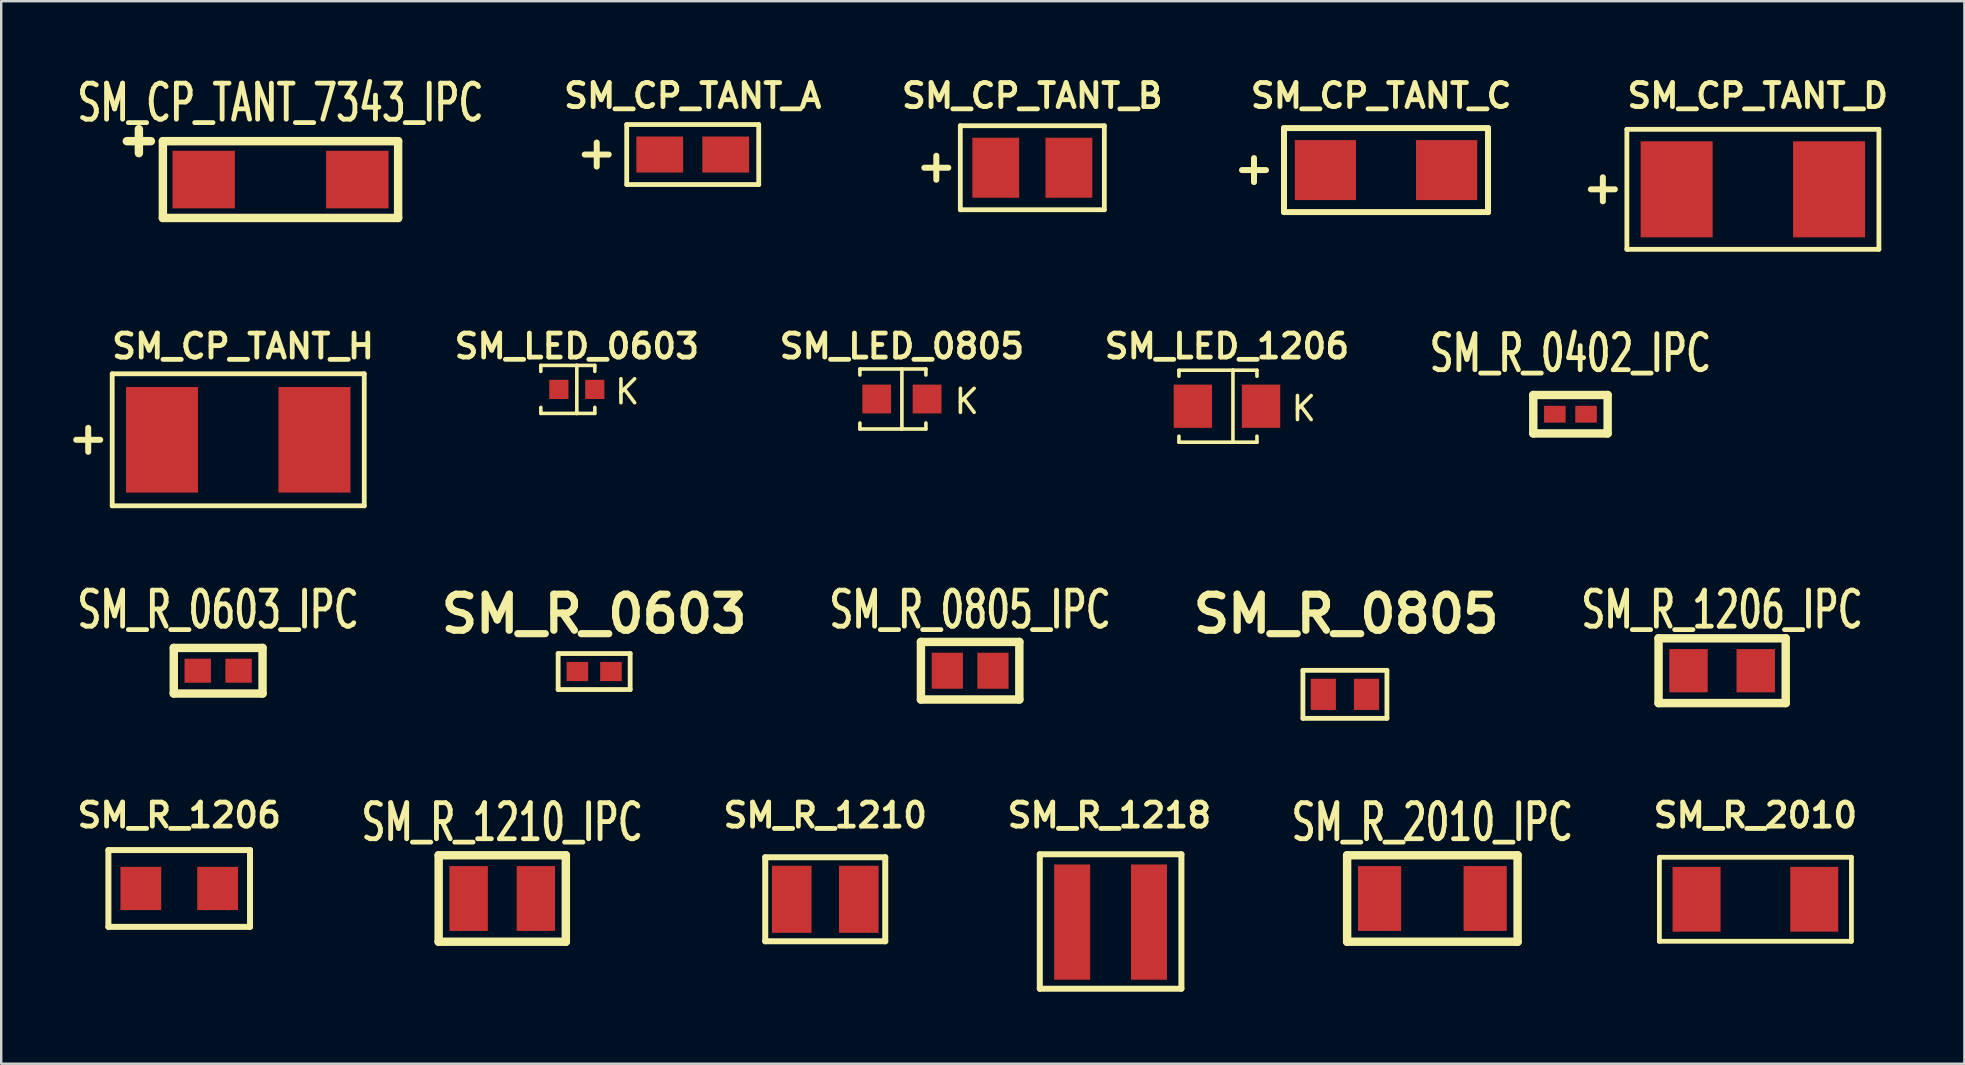
<source format=kicad_pcb>
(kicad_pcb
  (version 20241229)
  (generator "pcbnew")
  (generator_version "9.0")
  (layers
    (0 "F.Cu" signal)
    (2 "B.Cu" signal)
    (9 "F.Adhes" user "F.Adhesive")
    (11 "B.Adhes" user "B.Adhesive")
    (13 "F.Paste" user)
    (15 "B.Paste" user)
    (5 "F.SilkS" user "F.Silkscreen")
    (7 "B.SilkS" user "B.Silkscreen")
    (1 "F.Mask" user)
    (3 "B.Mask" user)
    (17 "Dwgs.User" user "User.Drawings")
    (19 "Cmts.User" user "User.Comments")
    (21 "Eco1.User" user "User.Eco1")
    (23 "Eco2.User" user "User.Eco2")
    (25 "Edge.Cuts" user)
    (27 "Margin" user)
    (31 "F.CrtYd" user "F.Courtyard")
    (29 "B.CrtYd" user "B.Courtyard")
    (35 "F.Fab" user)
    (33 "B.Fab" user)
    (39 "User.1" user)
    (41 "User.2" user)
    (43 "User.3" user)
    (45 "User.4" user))
  (footprint "SM_R_0603_IPC"
    (layer "F.Cu")
    (at 6.039 24.893)
    (property "Reference" "SM_R_0603_IPC" (at 0 -2.54 0) (layer "F.SilkS") (effects (font (size 1.501 1.001) (thickness 0.201))))
    (attr through_hole)
    (fp_line (start -1.849 -0.95) (end 1.849 -0.95) (stroke (width 0.351) (type solid)) (layer "F.SilkS"))
    (fp_line (start -1.849 0.95) (end -1.849 -0.95) (stroke (width 0.351) (type solid)) (layer "F.SilkS"))
    (fp_line (start 1.849 -0.95) (end 1.849 0.95) (stroke (width 0.351) (type solid)) (layer "F.SilkS"))
    (fp_line (start 1.849 0.95) (end -1.849 0.95) (stroke (width 0.351) (type solid)) (layer "F.SilkS"))
    (pad "1" smd rect (at -0.851 0) (size 1.1 1.001) (layers "F.Cu" "F.Mask" "F.Paste"))
    (pad "2" smd rect (at 0.851 0) (size 1.1 1.001) (layers "F.Cu" "F.Mask" "F.Paste")))
  (footprint "SM_R_0603"
    (layer "F.Cu")
    (at 21.703 24.927)
    (property "Reference" "SM_R_0603" (at 0 -2.4 0) (layer "F.SilkS") (effects (font (size 1.501 1.501) (thickness 0.3))))
    (attr through_hole)
    (fp_line (start -1.5 -0.75) (end 1.5 -0.75) (stroke (width 0.2) (type solid)) (layer "F.SilkS"))
    (fp_line (start -1.5 0.75) (end -1.5 -0.75) (stroke (width 0.2) (type solid)) (layer "F.SilkS"))
    (fp_line (start 1.5 -0.75) (end 1.5 0.75) (stroke (width 0.2) (type solid)) (layer "F.SilkS"))
    (fp_line (start 1.5 0.75) (end -1.5 0.75) (stroke (width 0.2) (type solid)) (layer "F.SilkS"))
    (pad "1" smd rect (at -0.7 0) (size 0.899 0.8) (layers "F.Cu" "F.Mask" "F.Paste"))
    (pad "2" smd rect (at 0.7 0) (size 0.899 0.8) (layers "F.Cu" "F.Mask" "F.Paste")))
  (footprint "SM_CP_TANT_B"
    (layer "F.Cu")
    (at 39.958 3.938)
    (property "Reference" "SM_CP_TANT_B" (at 0 -3 0) (layer "F.SilkS") (effects (font (size 1.001 1.001) (thickness 0.201))))
    (attr through_hole)
    (fp_line (start -4 -0.5) (end -4 0.5) (stroke (width 0.25) (type solid)) (layer "F.SilkS"))
    (fp_line (start -3.5 0) (end -4.5 0) (stroke (width 0.25) (type solid)) (layer "F.SilkS"))
    (fp_line (start -3 -1.75) (end 3 -1.75) (stroke (width 0.2) (type solid)) (layer "F.SilkS"))
    (fp_line (start -3 1.75) (end -3 -1.75) (stroke (width 0.2) (type solid)) (layer "F.SilkS"))
    (fp_line (start 3 -1.75) (end 3 1.75) (stroke (width 0.2) (type solid)) (layer "F.SilkS"))
    (fp_line (start 3 1.75) (end -3 1.75) (stroke (width 0.2) (type solid)) (layer "F.SilkS"))
    (pad "1" smd rect (at -1.524 0) (size 1.951 2.499) (layers "F.Cu" "F.Mask" "F.Paste"))
    (pad "2" smd rect (at 1.524 0) (size 1.951 2.499) (layers "F.Cu" "F.Mask" "F.Paste")))
  (footprint "SM_R_0402_IPC"
    (layer "F.Cu")
    (at 62.377 14.207)
    (property "Reference" "SM_R_0402_IPC" (at 0 -2.54 0) (layer "F.SilkS") (effects (font (size 1.501 1.001) (thickness 0.201))))
    (attr through_hole)
    (fp_line (start -1.549 -0.8) (end 1.549 -0.8) (stroke (width 0.351) (type solid)) (layer "F.SilkS"))
    (fp_line (start -1.549 0.8) (end -1.549 -0.8) (stroke (width 0.351) (type solid)) (layer "F.SilkS"))
    (fp_line (start 1.549 -0.8) (end 1.549 0.8) (stroke (width 0.351) (type solid)) (layer "F.SilkS"))
    (fp_line (start 1.549 0.8) (end -1.549 0.8) (stroke (width 0.351) (type solid)) (layer "F.SilkS"))
    (pad "1" smd rect (at -0.65 0) (size 0.899 0.701) (layers "F.Cu" "F.Mask" "F.Paste"))
    (pad "2" smd rect (at 0.65 0) (size 0.899 0.701) (layers "F.Cu" "F.Mask" "F.Paste")))
  (footprint "SM_LED_1206"
    (layer "F.Cu")
    (at 48.066 13.873)
    (property "Reference" "SM_LED_1206" (at 0 -2.5 0) (layer "F.SilkS") (effects (font (size 1 1) (thickness 0.2))))
    (attr smd)
    (fp_line (start -2 -1.5) (end -2 -1.25) (stroke (width 0.15) (type solid)) (layer "F.SilkS"))
    (fp_line (start -2 1.5) (end -2 1.25) (stroke (width 0.15) (type solid)) (layer "F.SilkS"))
    (fp_line (start 0.25 -1.5) (end -2 -1.5) (stroke (width 0.15) (type solid)) (layer "F.SilkS"))
    (fp_line (start 0.25 -1.5) (end 0.25 1.5) (stroke (width 0.15) (type solid)) (layer "F.SilkS"))
    (fp_line (start 0.25 -1.5) (end 1.25 -1.5) (stroke (width 0.15) (type solid)) (layer "F.SilkS"))
    (fp_line (start 0.25 1.5) (end -2 1.5) (stroke (width 0.15) (type solid)) (layer "F.SilkS"))
    (fp_line (start 0.25 1.5) (end 1.25 1.5) (stroke (width 0.15) (type solid)) (layer "F.SilkS"))
    (fp_line (start 1.25 -1.5) (end 1.25 -1.25) (stroke (width 0.15) (type solid)) (layer "F.SilkS"))
    (fp_line (start 1.25 1.5) (end 1.25 1.25) (stroke (width 0.15) (type solid)) (layer "F.SilkS"))
    (fp_text user "K" (at 3.2 0.1 0) (layer "F.SilkS") (effects (font (size 1 1) (thickness 0.15))))
    (pad "1" smd rect (at -1.42 0) (size 1.598 1.801) (layers "F.Cu" "F.Mask" "F.Paste"))
    (pad "2" smd rect (at 1.42 0) (size 1.598 1.801) (layers "F.Cu" "F.Mask" "F.Paste")))
  (footprint "SM_CP_TANT_C"
    (layer "F.Cu")
    (at 54.693 4.036)
    (property "Reference" "SM_CP_TANT_C" (at -0.201 -3.099 0) (layer "F.SilkS") (effects (font (size 1.001 1.001) (thickness 0.201))))
    (attr through_hole)
    (fp_line (start -5.5 -0.5) (end -5.5 0.5) (stroke (width 0.25) (type solid)) (layer "F.SilkS"))
    (fp_line (start -5 0) (end -6 0) (stroke (width 0.25) (type solid)) (layer "F.SilkS"))
    (fp_line (start -4.25 -1.75) (end -4.25 1.75) (stroke (width 0.25) (type solid)) (layer "F.SilkS"))
    (fp_line (start -4.25 1.75) (end 4.25 1.75) (stroke (width 0.25) (type solid)) (layer "F.SilkS"))
    (fp_line (start 4.25 -1.75) (end -4.25 -1.75) (stroke (width 0.25) (type solid)) (layer "F.SilkS"))
    (fp_line (start 4.25 1.75) (end 4.25 -1.75) (stroke (width 0.25) (type solid)) (layer "F.SilkS"))
    (pad "1" smd rect (at -2.525 0) (size 2.55 2.499) (layers "F.Cu" "F.Mask" "F.Paste"))
    (pad "2" smd rect (at 2.525 0) (size 2.55 2.499) (layers "F.Cu" "F.Mask" "F.Paste")))
  (footprint "SM_CP_TANT_7343_IPC"
    (layer "F.Cu")
    (at 8.636 4.431)
    (property "Reference" "SM_CP_TANT_7343_IPC" (at 0 -3.2 0) (layer "F.SilkS") (effects (font (size 1.501 1.001) (thickness 0.201))))
    (attr through_hole)
    (fp_line (start -5.9 -1.1) (end -5.9 -2.101) (stroke (width 0.351) (type solid)) (layer "F.SilkS"))
    (fp_line (start -5.4 -1.6) (end -6.401 -1.6) (stroke (width 0.351) (type solid)) (layer "F.SilkS"))
    (fp_line (start -4.9 -1.6) (end 4.9 -1.6) (stroke (width 0.351) (type solid)) (layer "F.SilkS"))
    (fp_line (start -4.9 1.6) (end -4.9 -1.6) (stroke (width 0.351) (type solid)) (layer "F.SilkS"))
    (fp_line (start 4.9 -1.6) (end 4.9 1.6) (stroke (width 0.351) (type solid)) (layer "F.SilkS"))
    (fp_line (start 4.9 1.6) (end -4.9 1.6) (stroke (width 0.351) (type solid)) (layer "F.SilkS"))
    (pad "1" smd rect (at -3.2 0) (size 2.601 2.4) (layers "F.Cu" "F.Mask" "F.Paste"))
    (pad "2" smd rect (at 3.2 0) (size 2.601 2.4) (layers "F.Cu" "F.Mask" "F.Paste")))
  (footprint "SM_R_1218"
    (layer "F.Cu")
    (at 43.218 35.365)
    (property "Reference" "SM_R_1218" (at -0.051 -4.45 0) (layer "F.SilkS") (effects (font (size 1.001 1.001) (thickness 0.201))))
    (attr through_hole)
    (fp_line (start -2.949 -2.824) (end 2.951 -2.824) (stroke (width 0.25) (type solid)) (layer "F.SilkS"))
    (fp_line (start -2.949 2.776) (end -2.949 -2.824) (stroke (width 0.25) (type solid)) (layer "F.SilkS"))
    (fp_line (start 2.951 -2.824) (end 2.951 2.776) (stroke (width 0.25) (type solid)) (layer "F.SilkS"))
    (fp_line (start 2.951 2.776) (end -2.949 2.776) (stroke (width 0.25) (type solid)) (layer "F.SilkS"))
    (pad "1" smd rect (at -1.6 0) (size 1.5 4.801) (layers "F.Cu" "F.Mask" "F.Paste"))
    (pad "2" smd rect (at 1.6 0) (size 1.5 4.801) (layers "F.Cu" "F.Mask" "F.Paste")))
  (footprint "SM_R_1206"
    (layer "F.Cu")
    (at 4.417 33.964)
    (property "Reference" "SM_R_1206" (at 0 -3.051 0) (layer "F.SilkS") (effects (font (size 1.001 1.001) (thickness 0.2))))
    (attr through_hole)
    (fp_line (start -2.951 -1.6) (end 2.949 -1.6) (stroke (width 0.25) (type solid)) (layer "F.SilkS"))
    (fp_line (start -2.951 1.6) (end -2.951 -1.6) (stroke (width 0.25) (type solid)) (layer "F.SilkS"))
    (fp_line (start 2.949 -1.6) (end 2.949 1.6) (stroke (width 0.25) (type solid)) (layer "F.SilkS"))
    (fp_line (start 2.949 1.6) (end -2.951 1.6) (stroke (width 0.25) (type solid)) (layer "F.SilkS"))
    (pad "1" smd rect (at -1.6 0) (size 1.7 1.8) (layers "F.Cu" "F.Mask" "F.Paste"))
    (pad "2" smd rect (at 1.6 0) (size 1.7 1.8) (layers "F.Cu" "F.Mask" "F.Paste")))
  (footprint "SM_CP_TANT_D"
    (layer "F.Cu")
    (at 69.977 4.837)
    (property "Reference" "SM_CP_TANT_D" (at 0.201 -3.899 0) (layer "F.SilkS") (effects (font (size 1.001 1.001) (thickness 0.201))))
    (attr through_hole)
    (fp_line (start -6.25 -0.5) (end -6.25 0.5) (stroke (width 0.25) (type solid)) (layer "F.SilkS"))
    (fp_line (start -5.75 0) (end -6.75 0) (stroke (width 0.25) (type solid)) (layer "F.SilkS"))
    (fp_line (start -5.25 -2.5) (end 5.25 -2.5) (stroke (width 0.2) (type solid)) (layer "F.SilkS"))
    (fp_line (start -5.25 2.5) (end -5.25 -2.5) (stroke (width 0.2) (type solid)) (layer "F.SilkS"))
    (fp_line (start 5.25 -2.5) (end 5.25 2.5) (stroke (width 0.2) (type solid)) (layer "F.SilkS"))
    (fp_line (start 5.25 2.5) (end -5.25 2.5) (stroke (width 0.2) (type solid)) (layer "F.SilkS"))
    (pad "1" smd rect (at -3.175 0) (size 3 4) (layers "F.Cu" "F.Mask" "F.Paste"))
    (pad "2" smd rect (at 3.175 0) (size 3 4) (layers "F.Cu" "F.Mask" "F.Paste")))
  (footprint "SM_R_0805_IPC"
    (layer "F.Cu")
    (at 37.367 24.893)
    (property "Reference" "SM_R_0805_IPC" (at 0 -2.54 0) (layer "F.SilkS") (effects (font (size 1.501 1.001) (thickness 0.201))))
    (attr through_hole)
    (fp_line (start -2.05 -1.199) (end 2.05 -1.199) (stroke (width 0.351) (type solid)) (layer "F.SilkS"))
    (fp_line (start -2.05 1.199) (end -2.05 -1.199) (stroke (width 0.351) (type solid)) (layer "F.SilkS"))
    (fp_line (start 2.05 -1.199) (end 2.05 1.199) (stroke (width 0.351) (type solid)) (layer "F.SilkS"))
    (fp_line (start 2.05 1.199) (end -2.05 1.199) (stroke (width 0.351) (type solid)) (layer "F.SilkS"))
    (pad "1" smd rect (at -0.95 0) (size 1.3 1.501) (layers "F.Cu" "F.Mask" "F.Paste"))
    (pad "2" smd rect (at 0.95 0) (size 1.3 1.501) (layers "F.Cu" "F.Mask" "F.Paste")))
  (footprint "SM_CP_TANT_H"
    (layer "F.Cu")
    (at 6.875 15.273)
    (property "Reference" "SM_CP_TANT_H" (at 0.201 -3.899 0) (layer "F.SilkS") (effects (font (size 1.001 1.001) (thickness 0.201))))
    (attr through_hole)
    (fp_line (start -6.25 -0.5) (end -6.25 0.5) (stroke (width 0.25) (type solid)) (layer "F.SilkS"))
    (fp_line (start -5.75 0) (end -6.75 0) (stroke (width 0.25) (type solid)) (layer "F.SilkS"))
    (fp_line (start -5.25 -2.75) (end 5.25 -2.75) (stroke (width 0.2) (type solid)) (layer "F.SilkS"))
    (fp_line (start -5.25 2.75) (end -5.25 -2.75) (stroke (width 0.2) (type solid)) (layer "F.SilkS"))
    (fp_line (start 5.25 -2.75) (end 5.25 2.75) (stroke (width 0.2) (type solid)) (layer "F.SilkS"))
    (fp_line (start 5.25 2.75) (end -5.25 2.75) (stroke (width 0.2) (type solid)) (layer "F.SilkS"))
    (pad "1" smd rect (at -3.175 0) (size 3 4.399) (layers "F.Cu" "F.Mask" "F.Paste"))
    (pad "2" smd rect (at 3.175 0) (size 3 4.399) (layers "F.Cu" "F.Mask" "F.Paste")))
  (footprint "SM_CP_TANT_A"
    (layer "F.Cu")
    (at 25.81 3.389)
    (property "Reference" "SM_CP_TANT_A" (at 0 -2.451 0) (layer "F.SilkS") (effects (font (size 1.001 1.001) (thickness 0.201))))
    (attr through_hole)
    (fp_line (start -4 -0.5) (end -4 0.5) (stroke (width 0.25) (type solid)) (layer "F.SilkS"))
    (fp_line (start -3.5 0) (end -4.5 0) (stroke (width 0.25) (type solid)) (layer "F.SilkS"))
    (fp_line (start -2.75 -1.25) (end 2.75 -1.25) (stroke (width 0.2) (type solid)) (layer "F.SilkS"))
    (fp_line (start -2.75 1.25) (end -2.75 -1.25) (stroke (width 0.2) (type solid)) (layer "F.SilkS"))
    (fp_line (start 2.75 -1.25) (end 2.75 1.25) (stroke (width 0.2) (type solid)) (layer "F.SilkS"))
    (fp_line (start 2.75 1.25) (end -2.75 1.25) (stroke (width 0.2) (type solid)) (layer "F.SilkS"))
    (pad "1" smd rect (at -1.374 0) (size 1.951 1.501) (layers "F.Cu" "F.Mask" "F.Paste"))
    (pad "2" smd rect (at 1.374 0) (size 1.951 1.501) (layers "F.Cu" "F.Mask" "F.Paste")))
  (footprint "SM_LED_0805"
    (layer "F.Cu")
    (at 34.524 13.573)
    (property "Reference" "SM_LED_0805" (at 0 -2.2 0) (layer "F.SilkS") (effects (font (size 1 1) (thickness 0.2))))
    (attr smd)
    (fp_line (start -1.75 -1.25) (end -1.75 -1) (stroke (width 0.15) (type solid)) (layer "F.SilkS"))
    (fp_line (start -1.75 1.25) (end -1.75 1) (stroke (width 0.15) (type solid)) (layer "F.SilkS"))
    (fp_line (start 0 -1.25) (end -1.75 -1.25) (stroke (width 0.15) (type solid)) (layer "F.SilkS"))
    (fp_line (start 0 -1.25) (end 0 1.25) (stroke (width 0.15) (type solid)) (layer "F.SilkS"))
    (fp_line (start 0 -1.25) (end 1 -1.25) (stroke (width 0.15) (type solid)) (layer "F.SilkS"))
    (fp_line (start 0 1.25) (end -1.75 1.25) (stroke (width 0.15) (type solid)) (layer "F.SilkS"))
    (fp_line (start 0 1.25) (end 1 1.25) (stroke (width 0.15) (type solid)) (layer "F.SilkS"))
    (fp_line (start 1 -1.25) (end 1 -1) (stroke (width 0.15) (type solid)) (layer "F.SilkS"))
    (fp_line (start 1 1.25) (end 1 1) (stroke (width 0.15) (type solid)) (layer "F.SilkS"))
    (fp_text user "K" (at 2.7 0.1 0) (layer "F.SilkS") (effects (font (size 1 1) (thickness 0.15))))
    (pad "1" smd rect (at -1.049 0) (size 1.199 1.199) (layers "F.Cu" "F.Mask" "F.Paste"))
    (pad "2" smd rect (at 1.049 0) (size 1.199 1.199) (layers "F.Cu" "F.Mask" "F.Paste")))
  (footprint "SM_R_0805"
    (layer "F.Cu")
    (at 52.981 25.877)
    (property "Reference" "SM_R_0805" (at 0.051 -3.35 0) (layer "F.SilkS") (effects (font (size 1.501 1.501) (thickness 0.3))))
    (attr through_hole)
    (fp_line (start -1.75 -1) (end 1.75 -1) (stroke (width 0.2) (type solid)) (layer "F.SilkS"))
    (fp_line (start -1.75 1) (end -1.75 -1) (stroke (width 0.2) (type solid)) (layer "F.SilkS"))
    (fp_line (start 1.75 -1) (end 1.75 1) (stroke (width 0.2) (type solid)) (layer "F.SilkS"))
    (fp_line (start 1.75 1) (end -1.75 1) (stroke (width 0.2) (type solid)) (layer "F.SilkS"))
    (pad "1" smd rect (at -0.9 0) (size 1.049 1.3) (layers "F.Cu" "F.Mask" "F.Paste"))
    (pad "2" smd rect (at 0.9 0) (size 1.049 1.3) (layers "F.Cu" "F.Mask" "F.Paste")))
  (footprint "SM_R_1206_IPC"
    (layer "F.Cu")
    (at 68.696 24.893)
    (property "Reference" "SM_R_1206_IPC" (at 0 -2.54 0) (layer "F.SilkS") (effects (font (size 1.501 1.001) (thickness 0.201))))
    (attr through_hole)
    (fp_line (start -2.649 -1.349) (end 2.649 -1.349) (stroke (width 0.351) (type solid)) (layer "F.SilkS"))
    (fp_line (start -2.649 1.349) (end -2.649 -1.349) (stroke (width 0.351) (type solid)) (layer "F.SilkS"))
    (fp_line (start 2.649 -1.349) (end 2.649 1.349) (stroke (width 0.351) (type solid)) (layer "F.SilkS"))
    (fp_line (start 2.649 1.349) (end -2.649 1.349) (stroke (width 0.351) (type solid)) (layer "F.SilkS"))
    (pad "1" smd rect (at -1.4 0) (size 1.6 1.801) (layers "F.Cu" "F.Mask" "F.Paste"))
    (pad "2" smd rect (at 1.4 0) (size 1.6 1.801) (layers "F.Cu" "F.Mask" "F.Paste")))
  (footprint "SM_R_2010_IPC"
    (layer "F.Cu")
    (at 56.624 34.383)
    (property "Reference" "SM_R_2010_IPC" (at 0 -3.175 0) (layer "F.SilkS") (effects (font (size 1.501 1.001) (thickness 0.201))))
    (attr through_hole)
    (fp_line (start -3.551 -1.801) (end 3.551 -1.801) (stroke (width 0.351) (type solid)) (layer "F.SilkS"))
    (fp_line (start -3.551 1.801) (end -3.551 -1.801) (stroke (width 0.351) (type solid)) (layer "F.SilkS"))
    (fp_line (start 3.551 -1.801) (end 3.551 1.801) (stroke (width 0.351) (type solid)) (layer "F.SilkS"))
    (fp_line (start 3.551 1.801) (end -3.551 1.801) (stroke (width 0.351) (type solid)) (layer "F.SilkS"))
    (pad "1" smd rect (at -2.2 0) (size 1.801 2.7) (layers "F.Cu" "F.Mask" "F.Paste"))
    (pad "2" smd rect (at 2.2 0) (size 1.801 2.7) (layers "F.Cu" "F.Mask" "F.Paste")))
  (footprint "SM_R_1210"
    (layer "F.Cu")
    (at 31.331 34.415)
    (property "Reference" "SM_R_1210" (at 0 -3.5 0) (layer "F.SilkS") (effects (font (size 1.001 1.001) (thickness 0.201))))
    (attr through_hole)
    (fp_line (start -2.5 -1.75) (end 2.5 -1.75) (stroke (width 0.25) (type solid)) (layer "F.SilkS"))
    (fp_line (start -2.5 1.75) (end -2.5 -1.75) (stroke (width 0.25) (type solid)) (layer "F.SilkS"))
    (fp_line (start 2.5 -1.75) (end 2.5 1.75) (stroke (width 0.25) (type solid)) (layer "F.SilkS"))
    (fp_line (start 2.5 1.75) (end -2.5 1.75) (stroke (width 0.25) (type solid)) (layer "F.SilkS"))
    (pad "1" smd rect (at -1.397 0) (size 1.651 2.794) (layers "F.Cu" "F.Mask" "F.Paste"))
    (pad "2" smd rect (at 1.397 0) (size 1.651 2.794) (layers "F.Cu" "F.Mask" "F.Paste")))
  (footprint "SM_R_1210_IPC"
    (layer "F.Cu")
    (at 17.874 34.383)
    (property "Reference" "SM_R_1210_IPC" (at 0 -3.175 0) (layer "F.SilkS") (effects (font (size 1.501 1.001) (thickness 0.201))))
    (attr through_hole)
    (fp_line (start -2.649 -1.801) (end 2.649 -1.801) (stroke (width 0.351) (type solid)) (layer "F.SilkS"))
    (fp_line (start -2.649 1.801) (end -2.649 -1.801) (stroke (width 0.351) (type solid)) (layer "F.SilkS"))
    (fp_line (start 2.649 -1.801) (end 2.649 1.801) (stroke (width 0.351) (type solid)) (layer "F.SilkS"))
    (fp_line (start 2.649 1.801) (end -2.649 1.801) (stroke (width 0.351) (type solid)) (layer "F.SilkS"))
    (pad "1" smd rect (at -1.4 0) (size 1.6 2.7) (layers "F.Cu" "F.Mask" "F.Paste"))
    (pad "2" smd rect (at 1.4 0) (size 1.6 2.7) (layers "F.Cu" "F.Mask" "F.Paste")))
  (footprint "SM_R_2010"
    (layer "F.Cu")
    (at 70.082 34.415)
    (property "Reference" "SM_R_2010" (at 0 -3.5 0) (layer "F.SilkS") (effects (font (size 1.001 1.001) (thickness 0.201))))
    (attr through_hole)
    (fp_line (start -4 -1.75) (end 4 -1.75) (stroke (width 0.2) (type solid)) (layer "F.SilkS"))
    (fp_line (start -4 1.75) (end -4 -1.75) (stroke (width 0.2) (type solid)) (layer "F.SilkS"))
    (fp_line (start 4 -1.75) (end 4 1.75) (stroke (width 0.2) (type solid)) (layer "F.SilkS"))
    (fp_line (start 4 1.75) (end -4 1.75) (stroke (width 0.2) (type solid)) (layer "F.SilkS"))
    (pad "1" smd rect (at -2.451 0) (size 2 2.7) (layers "F.Cu" "F.Mask" "F.Paste"))
    (pad "2" smd rect (at 2.451 0) (size 2 2.7) (layers "F.Cu" "F.Mask" "F.Paste")))
  (footprint "SM_LED_0603"
    (layer "F.Cu")
    (at 20.981 13.173)
    (property "Reference" "SM_LED_0603" (at 0 -1.8 0) (layer "F.SilkS") (effects (font (size 1 1) (thickness 0.2))))
    (attr smd)
    (fp_line (start -1.5 -1) (end -1.5 -0.75) (stroke (width 0.15) (type solid)) (layer "F.SilkS"))
    (fp_line (start -1.5 0.75) (end -1.5 1) (stroke (width 0.15) (type solid)) (layer "F.SilkS"))
    (fp_line (start -1.5 1) (end 0 1) (stroke (width 0.15) (type solid)) (layer "F.SilkS"))
    (fp_line (start 0 -1) (end -1.5 -1) (stroke (width 0.15) (type solid)) (layer "F.SilkS"))
    (fp_line (start 0 -1) (end 0.75 -1) (stroke (width 0.15) (type solid)) (layer "F.SilkS"))
    (fp_line (start 0 1) (end 0 -1) (stroke (width 0.15) (type solid)) (layer "F.SilkS"))
    (fp_line (start 0 1) (end 0.75 1) (stroke (width 0.15) (type solid)) (layer "F.SilkS"))
    (fp_line (start 0.75 -1) (end 0.75 -0.75) (stroke (width 0.15) (type solid)) (layer "F.SilkS"))
    (fp_line (start 0.75 1) (end 0.75 0.75) (stroke (width 0.15) (type solid)) (layer "F.SilkS"))
    (fp_text user "K" (at 2.1 0.1 0) (layer "F.SilkS") (effects (font (size 1 1) (thickness 0.15))))
    (pad "1" smd rect (at -0.749 0) (size 0.8 0.8) (layers "F.Cu" "F.Mask" "F.Paste"))
    (pad "2" smd rect (at 0.749 0) (size 0.8 0.8) (layers "F.Cu" "F.Mask" "F.Paste")))
  (gr_rect
    (start -3 -3)
    (end 78.788 41.266)
    (stroke (width 0.1) (type default))
    (fill no)
    (layer "Edge.Cuts")))
</source>
